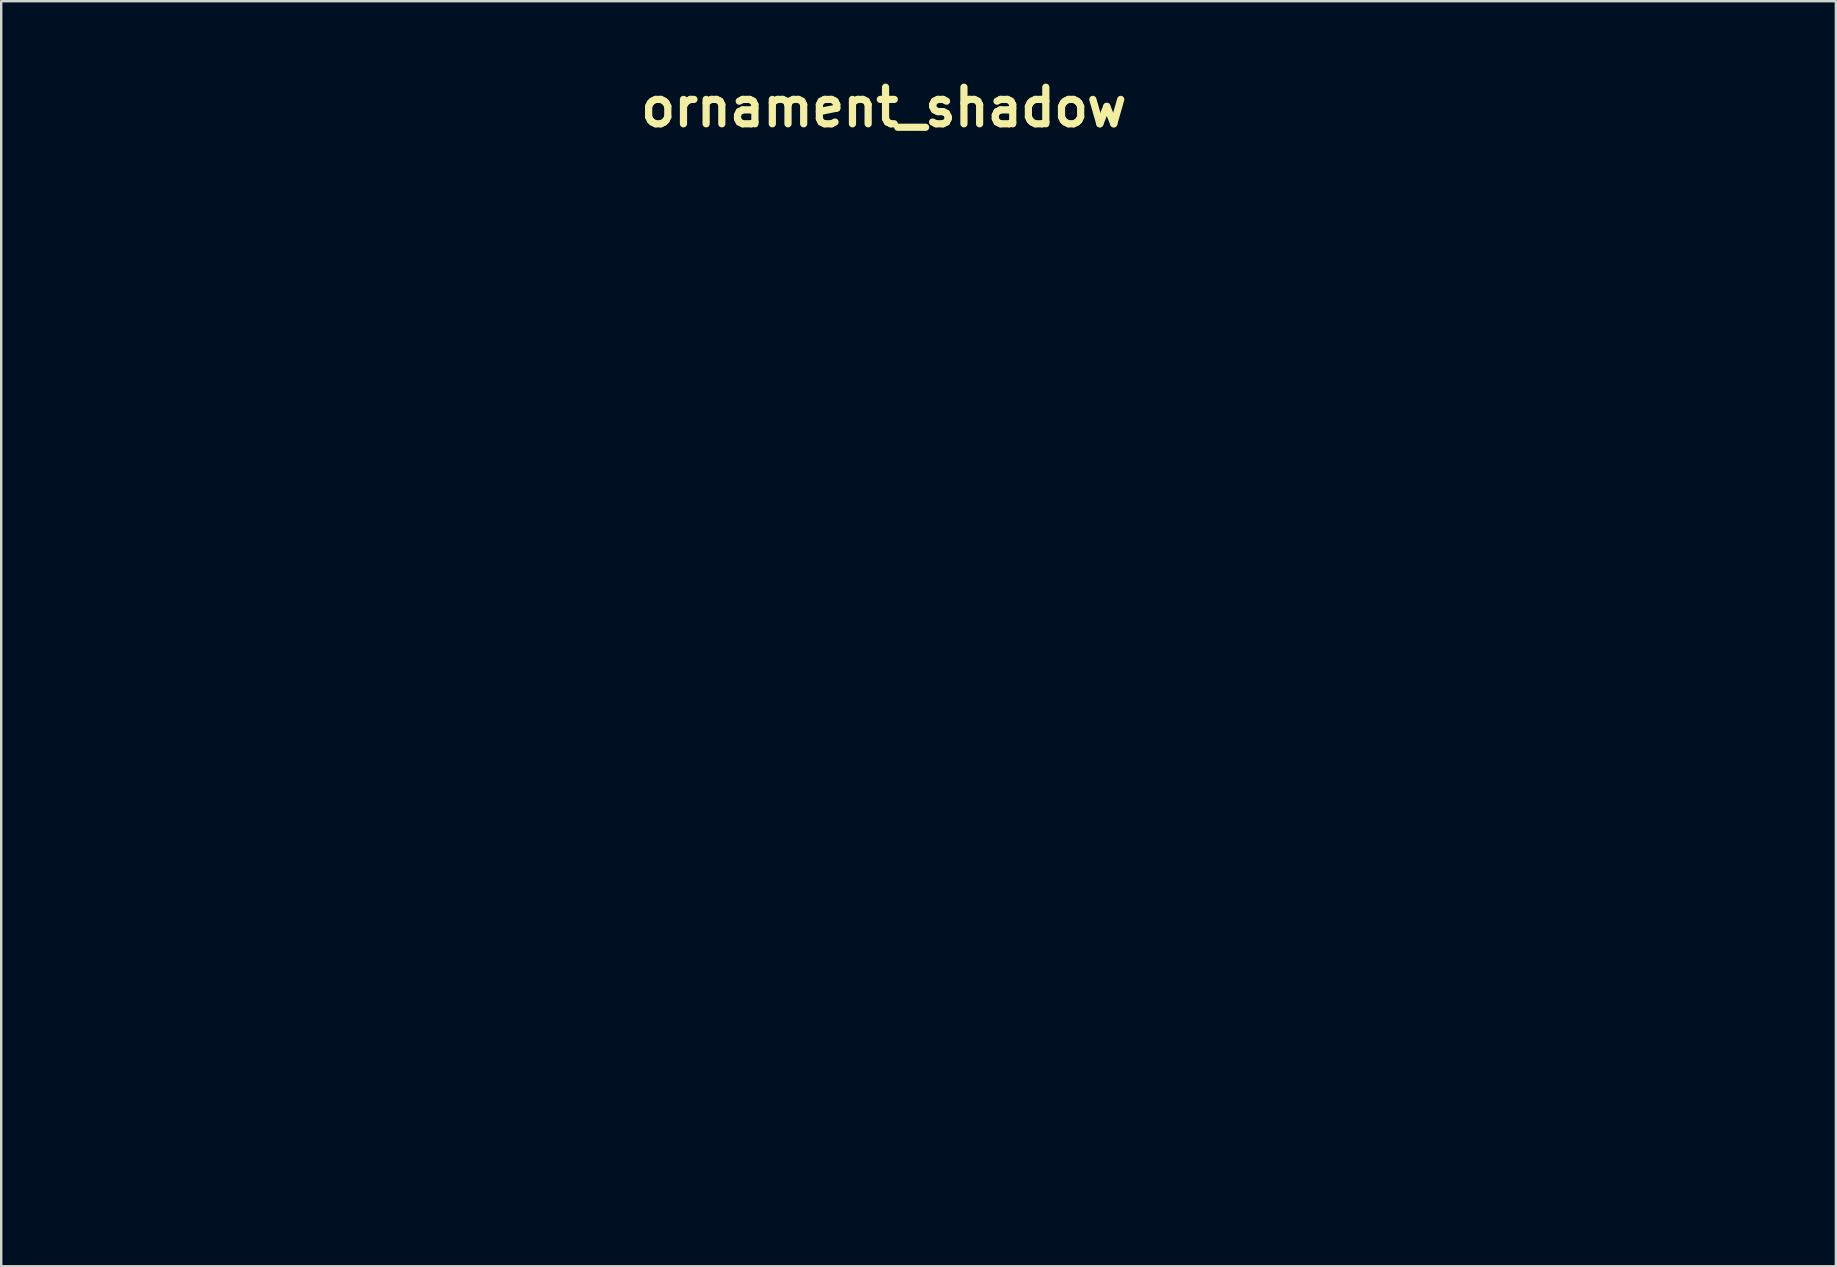
<source format=kicad_pcb>
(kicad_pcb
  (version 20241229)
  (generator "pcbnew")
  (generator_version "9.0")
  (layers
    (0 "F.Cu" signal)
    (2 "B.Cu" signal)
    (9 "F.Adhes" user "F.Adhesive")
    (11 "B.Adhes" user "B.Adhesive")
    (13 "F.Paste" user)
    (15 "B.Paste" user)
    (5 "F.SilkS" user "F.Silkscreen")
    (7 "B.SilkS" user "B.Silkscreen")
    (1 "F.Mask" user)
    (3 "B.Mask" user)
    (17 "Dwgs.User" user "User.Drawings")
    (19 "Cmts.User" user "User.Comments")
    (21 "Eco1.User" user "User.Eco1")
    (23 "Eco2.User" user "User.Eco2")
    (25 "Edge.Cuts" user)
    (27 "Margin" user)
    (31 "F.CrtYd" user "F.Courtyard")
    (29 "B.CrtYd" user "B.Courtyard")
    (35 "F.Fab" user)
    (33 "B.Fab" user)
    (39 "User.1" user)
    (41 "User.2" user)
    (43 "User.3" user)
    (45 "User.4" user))
  (footprint "ornament_shadow"
    (layer "F.Cu")
    (at 33.77 1.418)
    (property "Reference" "ornament_shadow" (at 0 0 0) (layer "F.SilkS") (effects (font (size 1.524 1.524) (thickness 0.3))))
    (attr through_hole)
    (fp_poly (pts (xy 36.443 4.919) (xy 36.504 4.966) (xy 36.544 5.082) (xy 36.573 5.298) (xy 36.599 5.646) (xy 36.605 5.736) (xy 36.643 6.563) (xy 36.658 7.49) (xy 36.65 8.48) (xy 36.621 9.493) (xy 36.573 10.492) (xy 36.507 11.437) (xy 36.425 12.292) (xy 36.327 13.018) (xy 36.324 13.039) (xy 36.211 13.698) (xy 36.085 14.385) (xy 35.949 15.079) (xy 35.808 15.758) (xy 35.668 16.4) (xy 35.534 16.985) (xy 35.409 17.491) (xy 35.299 17.895) (xy 35.209 18.177) (xy 35.144 18.315) (xy 35.141 18.317) (xy 35.073 18.465) (xy 35.053 18.622) (xy 35.029 18.78) (xy 34.963 19.055) (xy 34.869 19.407) (xy 34.757 19.794) (xy 34.64 20.172) (xy 34.53 20.501) (xy 34.455 20.701) (xy 34.396 20.858) (xy 34.302 21.126) (xy 34.19 21.453) (xy 34.158 21.548) (xy 34.03 21.914) (xy 33.901 22.263) (xy 33.794 22.53) (xy 33.779 22.564) (xy 33.648 22.861) (xy 33.521 23.155) (xy 33.503 23.199) (xy 33.344 23.563) (xy 33.135 24.028) (xy 32.9 24.541) (xy 32.736 24.892) (xy 32.559 25.25) (xy 32.319 25.707) (xy 32.043 26.216) (xy 31.755 26.732) (xy 31.481 27.209) (xy 31.247 27.601) (xy 31.167 27.728) (xy 30.953 28.063) (xy 30.812 28.292) (xy 30.722 28.45) (xy 30.68 28.533) (xy 30.596 28.672) (xy 30.433 28.917) (xy 30.211 29.235) (xy 29.954 29.598) (xy 29.683 29.974) (xy 29.419 30.333) (xy 29.185 30.645) (xy 29.003 30.878) (xy 28.977 30.909) (xy 28.849 31.089) (xy 28.788 31.223) (xy 28.787 31.233) (xy 28.739 31.322) (xy 28.719 31.327) (xy 28.638 31.389) (xy 28.489 31.553) (xy 28.317 31.769) (xy 28.122 32.021) (xy 27.952 32.234) (xy 27.855 32.347) (xy 27.749 32.463) (xy 27.559 32.674) (xy 27.314 32.948) (xy 27.093 33.196) (xy 26.549 33.788) (xy 25.934 34.422) (xy 25.286 35.063) (xy 24.642 35.674) (xy 24.039 36.219) (xy 23.62 36.576) (xy 23.4 36.759) (xy 23.226 36.909) (xy 23.163 36.966) (xy 23.058 37.054) (xy 22.851 37.218) (xy 22.571 37.434) (xy 22.306 37.637) (xy 21.999 37.872) (xy 21.743 38.07) (xy 21.569 38.208) (xy 21.505 38.262) (xy 21.455 38.308) (xy 21.346 38.39) (xy 21.162 38.522) (xy 20.884 38.714) (xy 20.495 38.98) (xy 20.148 39.217) (xy 19.763 39.477) (xy 19.449 39.683) (xy 19.159 39.862) (xy 18.845 40.045) (xy 18.459 40.261) (xy 18.161 40.425) (xy 17.79 40.63) (xy 17.396 40.852) (xy 17.077 41.033) (xy 16.825 41.177) (xy 16.639 41.279) (xy 16.558 41.317) (xy 16.476 41.351) (xy 16.269 41.445) (xy 15.966 41.584) (xy 15.597 41.757) (xy 15.483 41.81) (xy 14.594 42.217) (xy 13.777 42.565) (xy 12.957 42.884) (xy 12.912 42.902) (xy 12.617 43.015) (xy 12.332 43.13) (xy 12.295 43.146) (xy 12.063 43.227) (xy 11.875 43.264) (xy 11.865 43.265) (xy 11.706 43.292) (xy 11.657 43.319) (xy 11.532 43.388) (xy 11.286 43.485) (xy 10.962 43.594) (xy 10.603 43.702) (xy 10.251 43.794) (xy 10.202 43.806) (xy 9.848 43.895) (xy 9.491 43.996) (xy 9.313 44.053) (xy 9.04 44.135) (xy 8.674 44.228) (xy 8.292 44.315) (xy 8.255 44.323) (xy 7.892 44.399) (xy 7.554 44.473) (xy 7.307 44.529) (xy 7.281 44.535) (xy 7.053 44.582) (xy 6.722 44.641) (xy 6.357 44.699) (xy 6.308 44.706) (xy 5.98 44.761) (xy 5.716 44.816) (xy 5.562 44.863) (xy 5.546 44.872) (xy 5.427 44.909) (xy 5.184 44.95) (xy 4.863 44.986) (xy 4.741 44.997) (xy 4.384 45.027) (xy 3.914 45.068) (xy 3.387 45.116) (xy 2.861 45.166) (xy 2.761 45.175) (xy 2.097 45.224) (xy 1.31 45.258) (xy 0.444 45.277) (xy -0.456 45.28) (xy -1.345 45.268) (xy -2.178 45.239) (xy -2.752 45.206) (xy -3.783 45.113) (xy -4.864 44.978) (xy -5.91 44.813) (xy -6.477 44.707) (xy -6.936 44.614) (xy -7.429 44.515) (xy -7.869 44.427) (xy -8.001 44.401) (xy -8.408 44.313) (xy -8.89 44.201) (xy -9.361 44.084) (xy -9.483 44.052) (xy -9.86 43.952) (xy -10.203 43.861) (xy -10.459 43.794) (xy -10.541 43.773) (xy -11.081 43.605) (xy -11.303 43.515) (xy -11.449 43.46) (xy -11.716 43.366) (xy -12.065 43.248) (xy -12.404 43.135) (xy -12.808 42.998) (xy -13.182 42.867) (xy -13.479 42.758) (xy -13.631 42.697) (xy -14.177 42.451) (xy -14.578 42.256) (xy -14.848 42.105) (xy -15.001 41.99) (xy -15.046 41.926) (xy -15.147 41.756) (xy -15.254 41.632) (xy -15.368 41.536) (xy -15.407 41.565) (xy -15.409 41.61) (xy -15.453 41.713) (xy -15.588 41.741) (xy -15.824 41.69) (xy -16.167 41.559) (xy -16.627 41.343) (xy -17.21 41.04) (xy -17.925 40.646) (xy -18.034 40.585) (xy -18.628 40.238) (xy -19.276 39.838) (xy -19.955 39.402) (xy -20.64 38.948) (xy -21.304 38.492) (xy -21.925 38.051) (xy -22.477 37.642) (xy -22.934 37.283) (xy -23.273 36.99) (xy -23.301 36.964) (xy -23.464 36.822) (xy -23.575 36.748) (xy -23.587 36.745) (xy -23.679 36.689) (xy -23.821 36.554) (xy -23.824 36.55) (xy -23.975 36.402) (xy -24.209 36.188) (xy -24.482 35.95) (xy -24.528 35.91) (xy -24.888 35.589) (xy -25.328 35.171) (xy -25.82 34.684) (xy -26.335 34.161) (xy -26.841 33.631) (xy -27.311 33.124) (xy -27.714 32.672) (xy -27.973 32.363) (xy -28.232 32.045) (xy -28.46 31.768) (xy -28.631 31.563) (xy -28.718 31.463) (xy -28.895 31.255) (xy -29.145 30.928) (xy -29.45 30.509) (xy -29.793 30.024) (xy -30.155 29.497) (xy -30.521 28.954) (xy -30.872 28.422) (xy -31.19 27.925) (xy -31.459 27.489) (xy -31.662 27.14) (xy -31.664 27.136) (xy -31.853 26.804) (xy -32.054 26.469) (xy -32.185 26.264) (xy -32.322 26.049) (xy -32.41 25.897) (xy -32.427 25.855) (xy -32.462 25.766) (xy -32.555 25.557) (xy -32.692 25.261) (xy -32.856 24.91) (xy -33.034 24.535) (xy -33.209 24.171) (xy -33.366 23.849) (xy -33.49 23.601) (xy -33.523 23.537) (xy -33.645 23.261) (xy -33.732 22.987) (xy -33.737 22.966) (xy -33.765 22.779) (xy -33.715 22.704) (xy -33.555 22.691) (xy -33.308 22.762) (xy -33.104 22.951) (xy -32.915 23.18) (xy -32.738 23.39) (xy -32.724 23.406) (xy -32.553 23.608) (xy -32.363 23.841) (xy -32.344 23.866) (xy -32.184 24.034) (xy -32.051 24.125) (xy -32.026 24.13) (xy -31.929 24.197) (xy -31.919 24.245) (xy -31.867 24.378) (xy -31.737 24.564) (xy -31.701 24.604) (xy -31.515 24.807) (xy -31.255 25.078) (xy -30.943 25.398) (xy -30.6 25.746) (xy -30.245 26.101) (xy -29.901 26.442) (xy -29.587 26.75) (xy -29.324 27.002) (xy -29.134 27.179) (xy -29.037 27.26) (xy -29.03 27.263) (xy -28.937 27.318) (xy -28.747 27.472) (xy -28.483 27.702) (xy -28.17 27.987) (xy -27.831 28.308) (xy -27.709 28.427) (xy -27.524 28.591) (xy -27.382 28.689) (xy -27.345 28.702) (xy -27.242 28.766) (xy -27.158 28.871) (xy -27.017 29.005) (xy -26.904 29.041) (xy -26.747 29.107) (xy -26.65 29.213) (xy -26.525 29.346) (xy -26.304 29.525) (xy -26.056 29.696) (xy -25.812 29.861) (xy -25.637 29.996) (xy -25.569 30.073) (xy -25.569 30.074) (xy -25.504 30.139) (xy -25.484 30.141) (xy -25.36 30.191) (xy -25.161 30.317) (xy -24.937 30.48) (xy -24.74 30.644) (xy -24.62 30.771) (xy -24.613 30.782) (xy -24.508 30.889) (xy -24.461 30.903) (xy -24.326 30.952) (xy -24.275 30.988) (xy -24.117 31.103) (xy -23.848 31.283) (xy -23.499 31.509) (xy -23.104 31.758) (xy -22.696 32.011) (xy -22.308 32.246) (xy -21.973 32.443) (xy -21.909 32.48) (xy -21.601 32.656) (xy -21.353 32.804) (xy -21.199 32.901) (xy -21.166 32.926) (xy -21.044 33.018) (xy -20.828 33.137) (xy -20.584 33.254) (xy -20.374 33.337) (xy -20.279 33.359) (xy -20.134 33.427) (xy -20.097 33.486) (xy -19.99 33.598) (xy -19.93 33.613) (xy -19.823 33.661) (xy -19.812 33.697) (xy -19.747 33.778) (xy -19.721 33.782) (xy -19.589 33.818) (xy -19.367 33.91) (xy -19.096 34.038) (xy -18.818 34.18) (xy -18.577 34.314) (xy -18.416 34.418) (xy -18.373 34.465) (xy -18.305 34.537) (xy -18.261 34.544) (xy -18.132 34.579) (xy -17.902 34.671) (xy -17.624 34.798) (xy -17.349 34.926) (xy -17.131 35.017) (xy -17.017 35.052) (xy -17.017 35.052) (xy -16.936 35.116) (xy -16.933 35.137) (xy -16.861 35.202) (xy -16.739 35.221) (xy -16.55 35.251) (xy -16.463 35.294) (xy -16.35 35.355) (xy -16.121 35.453) (xy -15.818 35.568) (xy -15.727 35.602) (xy -15.425 35.718) (xy -15.196 35.822) (xy -15.079 35.896) (xy -15.071 35.91) (xy -15 35.97) (xy -14.906 35.983) (xy -14.744 36.022) (xy -14.69 36.068) (xy -14.569 36.143) (xy -14.494 36.153) (xy -14.318 36.191) (xy -14.115 36.277) (xy -13.856 36.382) (xy -13.585 36.455) (xy -13.391 36.511) (xy -13.295 36.575) (xy -13.293 36.585) (xy -13.22 36.642) (xy -13.085 36.661) (xy -12.903 36.69) (xy -12.624 36.768) (xy -12.309 36.877) (xy -12.302 36.88) (xy -11.981 36.988) (xy -11.691 37.064) (xy -11.495 37.09) (xy -11.493 37.09) (xy -11.325 37.11) (xy -11.261 37.165) (xy -11.198 37.21) (xy -11.123 37.195) (xy -10.969 37.213) (xy -10.907 37.283) (xy -10.767 37.394) (xy -10.632 37.423) (xy -10.418 37.455) (xy -10.165 37.533) (xy -10.149 37.54) (xy -9.942 37.605) (xy -9.62 37.684) (xy -9.237 37.765) (xy -9.017 37.805) (xy -8.631 37.88) (xy -8.286 37.961) (xy -8.03 38.034) (xy -7.942 38.069) (xy -7.696 38.149) (xy -7.413 38.185) (xy -7.397 38.185) (xy -7.103 38.207) (xy -6.828 38.262) (xy -6.822 38.264) (xy -6.535 38.338) (xy -6.174 38.412) (xy -5.785 38.479) (xy -5.409 38.532) (xy -5.091 38.565) (xy -4.875 38.572) (xy -4.821 38.564) (xy -4.636 38.554) (xy -4.547 38.59) (xy -4.368 38.663) (xy -4.039 38.726) (xy -3.581 38.781) (xy -3.014 38.826) (xy -2.357 38.861) (xy -1.631 38.885) (xy -0.855 38.9) (xy -0.049 38.903) (xy 0.767 38.896) (xy 1.573 38.878) (xy 2.349 38.848) (xy 3.075 38.807) (xy 3.732 38.753) (xy 4.191 38.702) (xy 4.708 38.632) (xy 5.203 38.558) (xy 5.638 38.486) (xy 5.97 38.424) (xy 6.108 38.393) (xy 6.411 38.324) (xy 6.68 38.279) (xy 6.802 38.269) (xy 6.986 38.237) (xy 7.074 38.177) (xy 7.192 38.119) (xy 7.291 38.127) (xy 7.421 38.135) (xy 7.451 38.106) (xy 7.527 38.06) (xy 7.726 38.002) (xy 7.98 37.949) (xy 8.291 37.887) (xy 8.668 37.802) (xy 9.074 37.703) (xy 9.475 37.598) (xy 9.836 37.499) (xy 10.12 37.413) (xy 10.294 37.351) (xy 10.329 37.33) (xy 10.434 37.276) (xy 10.631 37.218) (xy 10.651 37.214) (xy 10.943 37.129) (xy 11.383 36.969) (xy 11.972 36.733) (xy 12.234 36.623) (xy 12.457 36.53) (xy 12.756 36.406) (xy 12.954 36.325) (xy 13.233 36.208) (xy 13.464 36.106) (xy 13.567 36.058) (xy 13.752 35.994) (xy 13.833 35.983) (xy 13.967 35.919) (xy 13.993 35.877) (xy 14.092 35.784) (xy 14.291 35.681) (xy 14.362 35.654) (xy 14.638 35.535) (xy 14.887 35.398) (xy 14.914 35.379) (xy 15.11 35.268) (xy 15.267 35.221) (xy 15.267 35.221) (xy 15.398 35.186) (xy 15.423 35.158) (xy 15.51 35.092) (xy 15.706 34.984) (xy 15.917 34.883) (xy 16.211 34.733) (xy 16.472 34.573) (xy 16.594 34.481) (xy 16.764 34.35) (xy 16.891 34.29) (xy 16.896 34.29) (xy 17.013 34.242) (xy 17.206 34.121) (xy 17.32 34.038) (xy 17.526 33.892) (xy 17.678 33.8) (xy 17.72 33.784) (xy 17.839 33.735) (xy 17.889 33.699) (xy 18.235 33.428) (xy 18.653 33.116) (xy 19.088 32.804) (xy 19.484 32.531) (xy 19.708 32.385) (xy 19.855 32.265) (xy 20.032 32.085) (xy 20.047 32.068) (xy 20.204 31.913) (xy 20.327 31.837) (xy 20.34 31.835) (xy 20.45 31.783) (xy 20.644 31.651) (xy 20.879 31.472) (xy 21.113 31.276) (xy 21.304 31.099) (xy 21.346 31.054) (xy 21.47 30.938) (xy 21.533 30.903) (xy 21.612 30.849) (xy 21.782 30.702) (xy 22.012 30.49) (xy 22.134 30.374) (xy 22.414 30.107) (xy 22.677 29.858) (xy 22.877 29.67) (xy 22.921 29.629) (xy 23.214 29.347) (xy 23.571 28.983) (xy 23.966 28.563) (xy 24.376 28.116) (xy 24.775 27.669) (xy 25.141 27.248) (xy 25.447 26.88) (xy 25.67 26.594) (xy 25.739 26.496) (xy 25.859 26.332) (xy 26.049 26.095) (xy 26.247 25.86) (xy 26.557 25.498) (xy 26.772 25.243) (xy 26.908 25.075) (xy 26.981 24.973) (xy 27.008 24.917) (xy 27.009 24.906) (xy 27.062 24.815) (xy 27.196 24.653) (xy 27.263 24.579) (xy 27.418 24.396) (xy 27.508 24.256) (xy 27.517 24.225) (xy 27.57 24.099) (xy 27.624 24.03) (xy 27.732 23.901) (xy 27.892 23.688) (xy 28.076 23.431) (xy 28.26 23.168) (xy 28.414 22.938) (xy 28.512 22.78) (xy 28.533 22.733) (xy 28.579 22.637) (xy 28.694 22.465) (xy 28.735 22.41) (xy 28.883 22.183) (xy 28.985 21.976) (xy 28.994 21.95) (xy 29.068 21.802) (xy 29.131 21.759) (xy 29.196 21.689) (xy 29.21 21.597) (xy 29.239 21.449) (xy 29.273 21.407) (xy 29.374 21.31) (xy 29.523 21.109) (xy 29.69 20.849) (xy 29.844 20.574) (xy 29.844 20.574) (xy 29.954 20.374) (xy 30.037 20.248) (xy 30.049 20.235) (xy 30.114 20.141) (xy 30.224 19.944) (xy 30.313 19.77) (xy 30.439 19.532) (xy 30.542 19.366) (xy 30.586 19.318) (xy 30.641 19.221) (xy 30.649 19.147) (xy 30.694 18.989) (xy 30.806 18.772) (xy 30.845 18.71) (xy 31.007 18.435) (xy 31.145 18.15) (xy 31.158 18.119) (xy 31.247 17.915) (xy 31.317 17.79) (xy 31.327 17.78) (xy 31.4 17.672) (xy 31.514 17.455) (xy 31.644 17.18) (xy 31.77 16.894) (xy 31.869 16.648) (xy 31.917 16.491) (xy 31.919 16.473) (xy 31.985 16.357) (xy 32.046 16.341) (xy 32.153 16.271) (xy 32.173 16.187) (xy 32.209 16.023) (xy 32.3 15.781) (xy 32.356 15.658) (xy 32.49 15.369) (xy 32.647 15.013) (xy 32.811 14.624) (xy 32.97 14.236) (xy 33.108 13.886) (xy 33.213 13.607) (xy 33.268 13.433) (xy 33.274 13.401) (xy 33.329 13.261) (xy 33.422 13.141) (xy 33.539 12.965) (xy 33.666 12.688) (xy 33.779 12.377) (xy 33.854 12.097) (xy 33.869 11.969) (xy 33.921 11.777) (xy 33.996 11.647) (xy 34.095 11.461) (xy 34.121 11.342) (xy 34.157 11.172) (xy 34.245 10.952) (xy 34.251 10.942) (xy 34.345 10.712) (xy 34.447 10.4) (xy 34.506 10.188) (xy 34.597 9.87) (xy 34.695 9.579) (xy 34.751 9.44) (xy 34.968 8.914) (xy 35.186 8.259) (xy 35.393 7.515) (xy 35.505 7.054) (xy 35.572 6.795) (xy 35.637 6.608) (xy 35.667 6.553) (xy 35.716 6.428) (xy 35.729 6.288) (xy 35.781 6.073) (xy 35.856 5.957) (xy 35.959 5.772) (xy 35.983 5.629) (xy 36.015 5.452) (xy 36.068 5.376) (xy 36.134 5.26) (xy 36.153 5.117) (xy 36.191 4.958) (xy 36.333 4.911) (xy 36.352 4.911) (xy 36.443 4.919)) (stroke (width 0.01) (type solid)) (fill yes) (layer "F.Mask")))
  (gr_rect
    (start -3 -3)
    (end 73.433 49.703)
    (stroke (width 0.1) (type default))
    (fill no)
    (layer "Edge.Cuts")))
</source>
